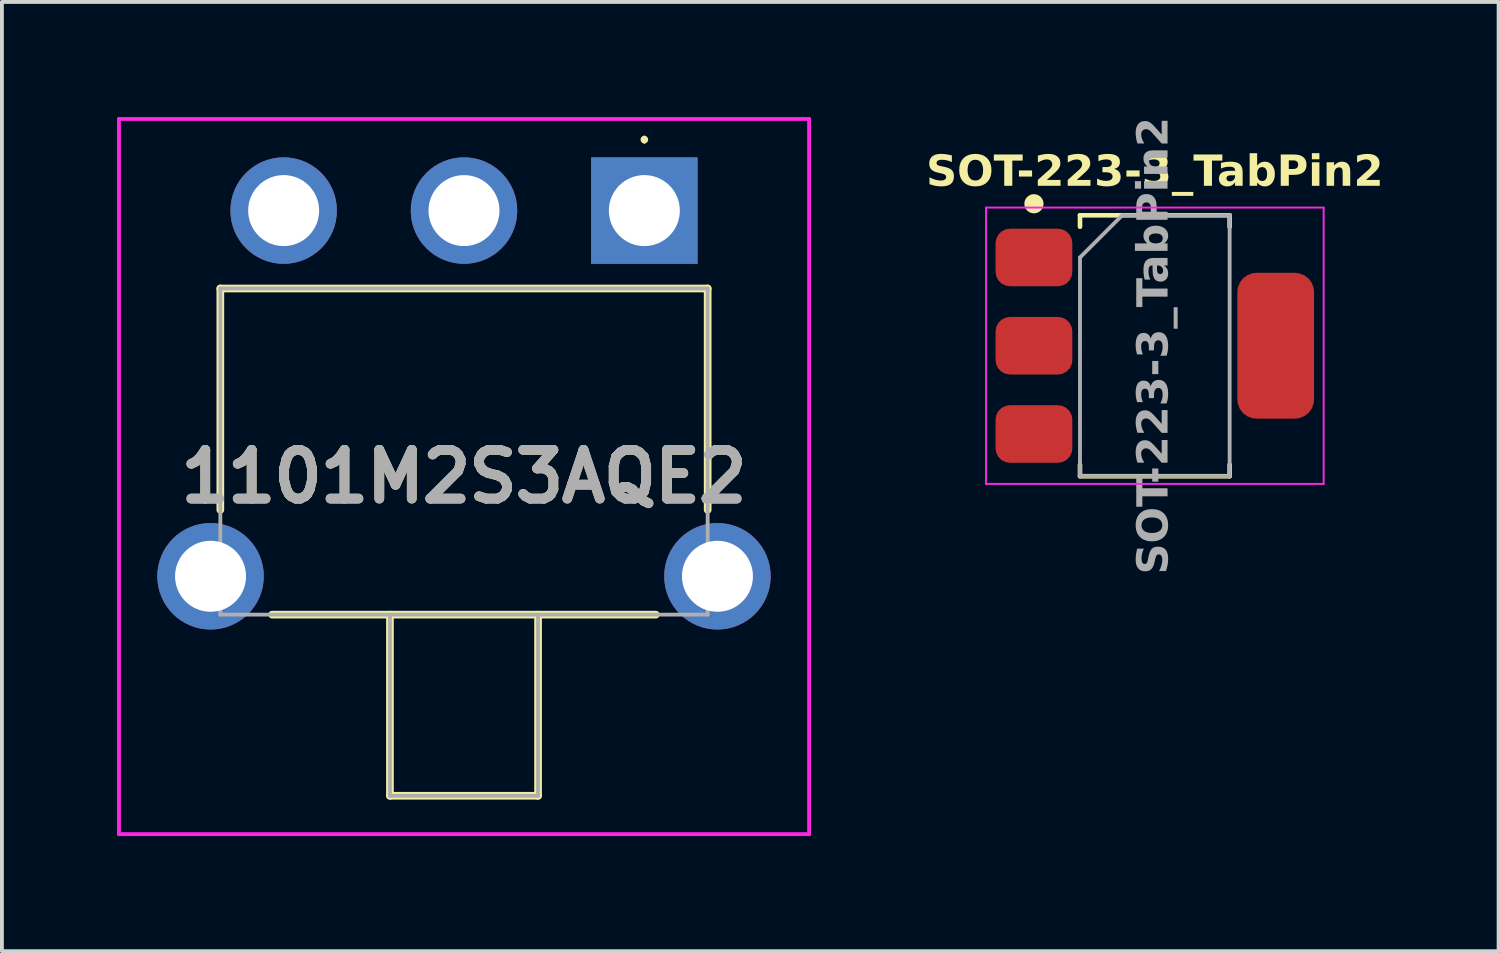
<source format=kicad_pcb>
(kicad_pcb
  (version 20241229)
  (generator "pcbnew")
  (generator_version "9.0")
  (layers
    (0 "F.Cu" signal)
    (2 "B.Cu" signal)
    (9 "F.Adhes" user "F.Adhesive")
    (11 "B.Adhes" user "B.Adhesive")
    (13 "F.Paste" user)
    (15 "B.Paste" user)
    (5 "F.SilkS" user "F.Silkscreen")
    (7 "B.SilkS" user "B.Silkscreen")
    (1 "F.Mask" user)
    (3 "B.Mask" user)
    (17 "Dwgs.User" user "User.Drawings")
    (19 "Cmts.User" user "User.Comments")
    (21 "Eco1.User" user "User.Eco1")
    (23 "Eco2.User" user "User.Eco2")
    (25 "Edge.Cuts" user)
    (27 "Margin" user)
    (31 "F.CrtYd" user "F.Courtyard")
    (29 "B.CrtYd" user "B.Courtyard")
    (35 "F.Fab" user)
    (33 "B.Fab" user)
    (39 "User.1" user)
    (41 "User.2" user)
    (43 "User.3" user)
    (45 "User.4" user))
  (footprint "1101M2S3AQE2"
    (layer "F.Cu")
    (at 13.742 2.438)
    (property "Reference" "1101M2S3AQE2" (at -4.7 6.931 0) (layer "F.SilkS") (effects (font (size 1.27 1.27) (thickness 0.254))))
    (attr through_hole)
    (fp_line (start -11.05 2.03) (end 1.65 2.03) (stroke (width 0.2) (type solid)) (layer "F.SilkS"))
    (fp_line (start -11.05 7.8) (end -11.05 2.03) (stroke (width 0.2) (type solid)) (layer "F.SilkS"))
    (fp_line (start -9.7 10.53) (end 0.3 10.53) (stroke (width 0.2) (type solid)) (layer "F.SilkS"))
    (fp_line (start -6.63 10.53) (end -6.63 15.25) (stroke (width 0.2) (type solid)) (layer "F.SilkS"))
    (fp_line (start -6.63 15.25) (end -2.77 15.25) (stroke (width 0.2) (type solid)) (layer "F.SilkS"))
    (fp_line (start -2.77 15.25) (end -2.77 10.53) (stroke (width 0.2) (type solid)) (layer "F.SilkS"))
    (fp_line (start 0 -1.9) (end 0 -1.9) (stroke (width 0.1) (type solid)) (layer "F.SilkS"))
    (fp_line (start 0 -1.8) (end 0 -1.8) (stroke (width 0.1) (type solid)) (layer "F.SilkS"))
    (fp_line (start 1.65 2.03) (end 1.65 7.8) (stroke (width 0.2) (type solid)) (layer "F.SilkS"))
    (fp_arc (start 0 -1.9) (mid 0.05 -1.85) (end 0 -1.8) (stroke (width 0.1) (type solid)) (layer "F.SilkS"))
    (fp_arc (start 0 -1.8) (mid -0.05 -1.85) (end 0 -1.9) (stroke (width 0.1) (type solid)) (layer "F.SilkS"))
    (fp_line (start -13.692 -2.388) (end 4.293 -2.388) (stroke (width 0.1) (type solid)) (layer "F.CrtYd"))
    (fp_line (start -13.692 16.25) (end -13.692 -2.388) (stroke (width 0.1) (type solid)) (layer "F.CrtYd"))
    (fp_line (start 4.293 -2.388) (end 4.293 16.25) (stroke (width 0.1) (type solid)) (layer "F.CrtYd"))
    (fp_line (start 4.293 16.25) (end -13.692 16.25) (stroke (width 0.1) (type solid)) (layer "F.CrtYd"))
    (fp_line (start -11.05 2.03) (end 1.65 2.03) (stroke (width 0.1) (type solid)) (layer "F.Fab"))
    (fp_line (start -11.05 10.53) (end -11.05 2.03) (stroke (width 0.1) (type solid)) (layer "F.Fab"))
    (fp_line (start -6.63 10.53) (end -6.63 15.25) (stroke (width 0.1) (type solid)) (layer "F.Fab"))
    (fp_line (start -6.63 15.25) (end -2.77 15.25) (stroke (width 0.1) (type solid)) (layer "F.Fab"))
    (fp_line (start -2.77 15.25) (end -2.77 10.53) (stroke (width 0.1) (type solid)) (layer "F.Fab"))
    (fp_line (start 1.65 2.03) (end 1.65 10.53) (stroke (width 0.1) (type solid)) (layer "F.Fab"))
    (fp_line (start 1.65 10.53) (end -11.05 10.53) (stroke (width 0.1) (type solid)) (layer "F.Fab"))
    (fp_text user "${REFERENCE}" (at -4.7 6.931 0) (layer "F.Fab") (effects (font (size 1.27 1.27) (thickness 0.254))))
    (pad "1" thru_hole rect (at 0 0) (size 2.775 2.775) (drill 1.85) (layers "*.Cu" "*.Mask"))
    (pad "2" thru_hole circle (at -4.7 0) (size 2.775 2.775) (drill 1.85) (layers "*.Cu" "*.Mask"))
    (pad "3" thru_hole circle (at -9.4 0) (size 2.775 2.775) (drill 1.85) (layers "*.Cu" "*.Mask"))
    (pad "MH1" thru_hole circle (at 1.905 9.53) (size 2.775 2.775) (drill 1.85) (layers "*.Cu" "*.Mask"))
    (pad "MH2" thru_hole circle (at -11.305 9.53) (size 2.775 2.775) (drill 1.85) (layers "*.Cu" "*.Mask")))
  (footprint "SOT-223-3_TabPin2"
    (layer "F.Cu")
    (at 27.045 5.96)
    (property "Reference" "SOT-223-3_TabPin2" (at 0 -4.5 0) (layer "F.SilkS") (effects (font (face "JetBrains Mono SemiBold") (size 0.8 0.8) (thickness 0.1))))
    (attr smd)
    (fp_line (start -1.95 -3.4) (end -1.95 -3.1) (stroke (width 0.12) (type default)) (layer "F.SilkS"))
    (fp_line (start -1.95 -3.4) (end 1.95 -3.4) (stroke (width 0.12) (type solid)) (layer "F.SilkS"))
    (fp_line (start -1.95 3.4) (end -1.95 3.1) (stroke (width 0.12) (type default)) (layer "F.SilkS"))
    (fp_line (start -1.95 3.4) (end 1.95 3.4) (stroke (width 0.12) (type solid)) (layer "F.SilkS"))
    (fp_line (start 1.95 -3.4) (end 1.95 -3.1) (stroke (width 0.12) (type solid)) (layer "F.SilkS"))
    (fp_line (start 1.95 3.4) (end 1.95 3.1) (stroke (width 0.12) (type solid)) (layer "F.SilkS"))
    (fp_circle (center -3.15 -3.7) (end -3.15 -3.5) (stroke (width 0.1) (type default)) (fill yes) (layer "F.SilkS"))
    (fp_line (start -4.4 -3.6) (end -4.4 3.6) (stroke (width 0.05) (type solid)) (layer "F.CrtYd"))
    (fp_line (start -4.4 3.6) (end 4.4 3.6) (stroke (width 0.05) (type solid)) (layer "F.CrtYd"))
    (fp_line (start 4.4 -3.6) (end -4.4 -3.6) (stroke (width 0.05) (type solid)) (layer "F.CrtYd"))
    (fp_line (start 4.4 3.6) (end 4.4 -3.6) (stroke (width 0.05) (type solid)) (layer "F.CrtYd"))
    (fp_line (start -1.95 -2.3) (end -1.95 3.4) (stroke (width 0.1) (type solid)) (layer "F.Fab"))
    (fp_line (start -1.95 -2.3) (end -0.85 -3.4) (stroke (width 0.1) (type solid)) (layer "F.Fab"))
    (fp_line (start -1.95 3.4) (end 1.95 3.4) (stroke (width 0.1) (type solid)) (layer "F.Fab"))
    (fp_line (start -0.85 -3.4) (end 1.95 -3.4) (stroke (width 0.1) (type solid)) (layer "F.Fab"))
    (fp_line (start 1.95 -3.4) (end 1.95 3.4) (stroke (width 0.1) (type solid)) (layer "F.Fab"))
    (fp_text user "${REFERENCE}" (at 0 0 90) (layer "F.Fab") (effects (font (face "JetBrains Mono SemiBold") (size 0.8 0.8) (thickness 0.12))))
    (pad "1" smd roundrect (at -3.15 -2.3) (size 2 1.5) (layers "F.Cu" "F.Mask" "F.Paste") (roundrect_rratio 0.25))
    (pad "2" smd roundrect (at -3.15 0) (size 2 1.5) (layers "F.Cu" "F.Mask" "F.Paste") (roundrect_rratio 0.25))
    (pad "2" smd roundrect (at 3.15 0) (size 2 3.8) (layers "F.Cu" "F.Mask" "F.Paste") (roundrect_rratio 0.25))
    (pad "3" smd roundrect (at -3.15 2.3) (size 2 1.5) (layers "F.Cu" "F.Mask" "F.Paste") (roundrect_rratio 0.25)))
  (gr_rect
    (start -3 -3)
    (end 36.004 21.738)
    (stroke (width 0.1) (type default))
    (fill no)
    (layer "Edge.Cuts")))
</source>
